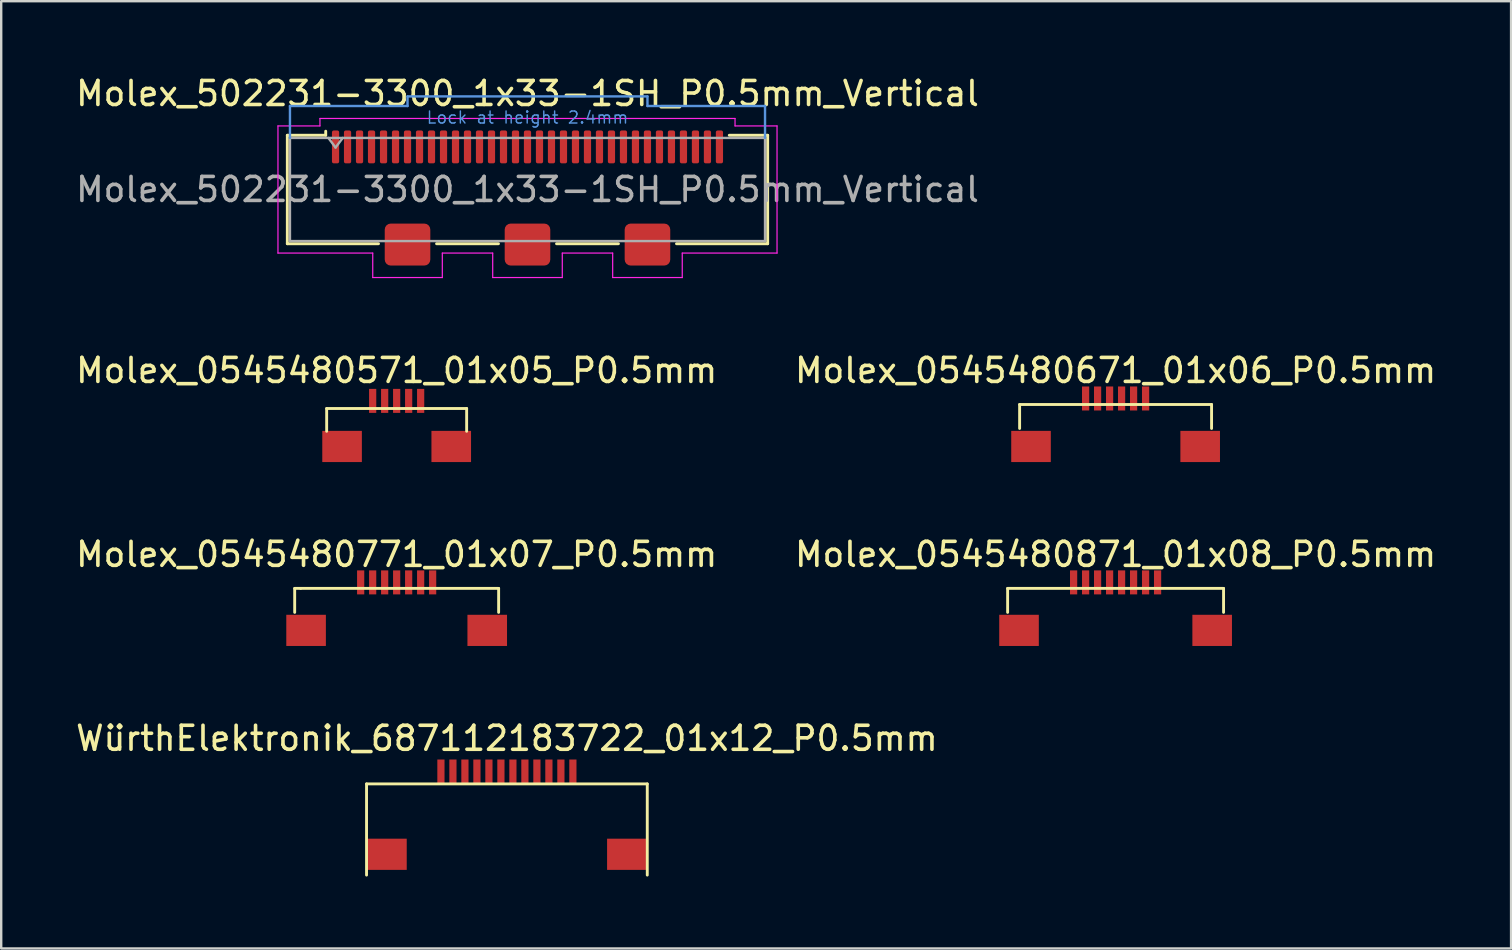
<source format=kicad_pcb>
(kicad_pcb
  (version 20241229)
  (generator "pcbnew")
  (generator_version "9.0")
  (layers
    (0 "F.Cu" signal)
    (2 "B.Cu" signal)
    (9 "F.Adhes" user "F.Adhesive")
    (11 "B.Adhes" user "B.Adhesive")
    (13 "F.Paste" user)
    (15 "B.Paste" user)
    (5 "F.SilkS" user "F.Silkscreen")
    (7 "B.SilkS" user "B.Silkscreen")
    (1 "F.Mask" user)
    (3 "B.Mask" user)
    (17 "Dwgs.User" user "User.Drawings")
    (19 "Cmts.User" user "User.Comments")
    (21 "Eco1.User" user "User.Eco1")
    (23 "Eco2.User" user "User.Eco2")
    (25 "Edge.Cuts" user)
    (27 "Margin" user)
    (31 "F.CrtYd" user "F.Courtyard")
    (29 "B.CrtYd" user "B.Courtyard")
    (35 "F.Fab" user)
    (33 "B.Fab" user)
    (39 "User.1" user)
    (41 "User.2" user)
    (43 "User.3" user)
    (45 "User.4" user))
  (footprint "Molex_0545480571_01x05_P0.5mm"
    (layer "F.Cu")
    (at 13.482 15.558)
    (property "Reference" "Molex_0545480571_01x05_P0.5mm" (at 0 -3.167 0) (layer "F.SilkS") (effects (font (size 1 1) (thickness 0.15))))
    (attr through_hole)
    (fp_line (start -2.917 -1.583) (end -2.917 -0.633) (stroke (width 0.12) (type solid)) (layer "F.SilkS"))
    (fp_line (start 2.917 -1.583) (end -2.917 -1.583) (stroke (width 0.12) (type solid)) (layer "F.SilkS"))
    (fp_line (start 2.917 -0.633) (end 2.917 -1.583) (stroke (width 0.12) (type solid)) (layer "F.SilkS"))
    (pad "1" smd rect (at -1 -1.9) (size 0.3 1) (layers "F.Cu" "F.Mask" "F.Paste"))
    (pad "2" smd rect (at -0.5 -1.9) (size 0.3 1) (layers "F.Cu" "F.Mask" "F.Paste"))
    (pad "3" smd rect (at 0 -1.9) (size 0.3 1) (layers "F.Cu" "F.Mask" "F.Paste"))
    (pad "4" smd rect (at 0.5 -1.9) (size 0.3 1) (layers "F.Cu" "F.Mask" "F.Paste"))
    (pad "5" smd rect (at 1 -1.9) (size 0.3 1) (layers "F.Cu" "F.Mask" "F.Paste"))
    (pad "MP" smd rect (at -2.275 0) (size 1.65 1.3) (layers "F.Cu" "F.Mask" "F.Paste"))
    (pad "MP" smd rect (at 2.275 0) (size 1.65 1.3) (layers "F.Cu" "F.Mask" "F.Paste")))
  (footprint "Molex_0545480871_01x08_P0.5mm"
    (layer "F.Cu")
    (at 43.446 23.223)
    (property "Reference" "Molex_0545480871_01x08_P0.5mm" (at 0 -3.167 0) (layer "F.SilkS") (effects (font (size 1 1) (thickness 0.15))))
    (attr smd)
    (fp_line (start -4.5 -1.75) (end -4.5 -0.75) (stroke (width 0.12) (type solid)) (layer "F.SilkS"))
    (fp_line (start 4.5 -1.75) (end -4.5 -1.75) (stroke (width 0.12) (type solid)) (layer "F.SilkS"))
    (fp_line (start 4.5 -0.75) (end 4.5 -1.75) (stroke (width 0.12) (type solid)) (layer "F.SilkS"))
    (pad "1" smd rect (at -1.75 -2 90) (size 1 0.3) (layers "F.Cu" "F.Mask" "F.Paste"))
    (pad "2" smd rect (at -1.25 -2 90) (size 1 0.3) (layers "F.Cu" "F.Mask" "F.Paste"))
    (pad "3" smd rect (at -0.75 -2 90) (size 1 0.3) (layers "F.Cu" "F.Mask" "F.Paste"))
    (pad "4" smd rect (at -0.25 -2 90) (size 1 0.3) (layers "F.Cu" "F.Mask" "F.Paste"))
    (pad "5" smd rect (at 0.25 -2 90) (size 1 0.3) (layers "F.Cu" "F.Mask" "F.Paste"))
    (pad "6" smd rect (at 0.75 -2 90) (size 1 0.3) (layers "F.Cu" "F.Mask" "F.Paste"))
    (pad "7" smd rect (at 1.25 -2) (size 0.3 1) (layers "F.Cu" "F.Mask" "F.Paste"))
    (pad "8" smd rect (at 1.75 -2) (size 0.3 1) (layers "F.Cu" "F.Mask" "F.Paste"))
    (pad "MP" smd rect (at -4.025 0) (size 1.65 1.3) (layers "F.Cu" "F.Mask" "F.Paste"))
    (pad "MP" smd rect (at 4.025 0) (size 1.65 1.3) (layers "F.Cu" "F.Mask" "F.Paste")))
  (footprint "Molex_0545480771_01x07_P0.5mm"
    (layer "F.Cu")
    (at 13.482 23.223)
    (property "Reference" "Molex_0545480771_01x07_P0.5mm" (at 0 -3.167 0) (layer "F.SilkS") (effects (font (size 1 1) (thickness 0.15))))
    (attr smd)
    (fp_line (start -4.25 -1.75) (end -4.25 -0.75) (stroke (width 0.12) (type solid)) (layer "F.SilkS"))
    (fp_line (start -4 -1.75) (end -4.25 -1.75) (stroke (width 0.12) (type solid)) (layer "F.SilkS"))
    (fp_line (start 4.25 -1.75) (end -4 -1.75) (stroke (width 0.12) (type solid)) (layer "F.SilkS"))
    (fp_line (start 4.25 -0.75) (end 4.25 -1.75) (stroke (width 0.12) (type solid)) (layer "F.SilkS"))
    (pad "1" smd rect (at -1.5 -2 90) (size 1 0.3) (layers "F.Cu" "F.Mask" "F.Paste"))
    (pad "2" smd rect (at -1 -2 90) (size 1 0.3) (layers "F.Cu" "F.Mask" "F.Paste"))
    (pad "3" smd rect (at -0.5 -2 90) (size 1 0.3) (layers "F.Cu" "F.Mask" "F.Paste"))
    (pad "4" smd rect (at 0 -2 90) (size 1 0.3) (layers "F.Cu" "F.Mask" "F.Paste"))
    (pad "5" smd rect (at 0.5 -2 90) (size 1 0.3) (layers "F.Cu" "F.Mask" "F.Paste"))
    (pad "6" smd rect (at 1 -2 90) (size 1 0.3) (layers "F.Cu" "F.Mask" "F.Paste"))
    (pad "7" smd rect (at 1.5 -2) (size 0.3 1) (layers "F.Cu" "F.Mask" "F.Paste"))
    (pad "MP" smd rect (at -3.775 0) (size 1.65 1.3) (layers "F.Cu" "F.Mask" "F.Paste"))
    (pad "MP" smd rect (at 3.775 0) (size 1.65 1.3) (layers "F.Cu" "F.Mask" "F.Paste")))
  (footprint "Molex_0545480671_01x06_P0.5mm"
    (layer "F.Cu")
    (at 43.446 15.558)
    (property "Reference" "Molex_0545480671_01x06_P0.5mm" (at 0 -3.167 0) (layer "F.SilkS") (effects (font (size 1 1) (thickness 0.15))))
    (attr smd)
    (fp_line (start -4 -1.75) (end -4 -0.75) (stroke (width 0.12) (type solid)) (layer "F.SilkS"))
    (fp_line (start 4 -1.75) (end -4 -1.75) (stroke (width 0.12) (type solid)) (layer "F.SilkS"))
    (fp_line (start 4 -0.75) (end 4 -1.75) (stroke (width 0.12) (type solid)) (layer "F.SilkS"))
    (pad "1" smd rect (at -1.25 -2 90) (size 1 0.3) (layers "F.Cu" "F.Mask" "F.Paste"))
    (pad "2" smd rect (at -0.75 -2 90) (size 1 0.3) (layers "F.Cu" "F.Mask" "F.Paste"))
    (pad "3" smd rect (at -0.25 -2 90) (size 1 0.3) (layers "F.Cu" "F.Mask" "F.Paste"))
    (pad "4" smd rect (at 0.25 -2 90) (size 1 0.3) (layers "F.Cu" "F.Mask" "F.Paste"))
    (pad "5" smd rect (at 0.75 -2 90) (size 1 0.3) (layers "F.Cu" "F.Mask" "F.Paste"))
    (pad "6" smd rect (at 1.25 -2 90) (size 1 0.3) (layers "F.Cu" "F.Mask" "F.Paste"))
    (pad "MP" smd rect (at -3.525 0) (size 1.65 1.3) (layers "F.Cu" "F.Mask" "F.Paste"))
    (pad "MP" smd rect (at 3.525 0) (size 1.65 1.3) (layers "F.Cu" "F.Mask" "F.Paste")))
  (footprint "Molex_502231-3300_1x33-1SH_P0.5mm_Vertical"
    (layer "F.Cu")
    (at 18.935 4.118)
    (property "Reference" "Molex_502231-3300_1x33-1SH_P0.5mm_Vertical" (at 0 -3.27 0) (layer "F.SilkS") (effects (font (size 1 1) (thickness 0.15))))
    (attr smd)
    (fp_line (start -10.01 2.99) (end -10.01 -1.53) (stroke (width 0.12) (type solid)) (layer "F.SilkS"))
    (fp_line (start -8.41 -1.53) (end -10.01 -1.53) (stroke (width 0.12) (type solid)) (layer "F.SilkS"))
    (fp_line (start -8.41 -1.53) (end -8.41 -1.7) (stroke (width 0.12) (type solid)) (layer "F.SilkS"))
    (fp_line (start -6.21 2.99) (end -10.01 2.99) (stroke (width 0.12) (type solid)) (layer "F.SilkS"))
    (fp_line (start -3.79 2.99) (end -1.21 2.99) (stroke (width 0.12) (type solid)) (layer "F.SilkS"))
    (fp_line (start 1.21 2.99) (end 3.79 2.99) (stroke (width 0.12) (type solid)) (layer "F.SilkS"))
    (fp_line (start 6.21 2.99) (end 10.01 2.99) (stroke (width 0.12) (type solid)) (layer "F.SilkS"))
    (fp_line (start 8.41 -1.53) (end 10.01 -1.53) (stroke (width 0.12) (type solid)) (layer "F.SilkS"))
    (fp_line (start 10.01 2.99) (end 10.01 -1.53) (stroke (width 0.12) (type solid)) (layer "F.SilkS"))
    (fp_line (start -9.9 -2.75) (end -9.9 -1.42) (stroke (width 0.1) (type solid)) (layer "Cmts.User"))
    (fp_line (start -5 -3.15) (end -5 -2.75) (stroke (width 0.1) (type solid)) (layer "Cmts.User"))
    (fp_line (start -5 -3.15) (end 5 -3.15) (stroke (width 0.1) (type solid)) (layer "Cmts.User"))
    (fp_line (start -5 -2.75) (end -9.9 -2.75) (stroke (width 0.1) (type solid)) (layer "Cmts.User"))
    (fp_line (start 5 -3.15) (end 5 -2.75) (stroke (width 0.1) (type solid)) (layer "Cmts.User"))
    (fp_line (start 5 -2.75) (end 9.9 -2.75) (stroke (width 0.1) (type solid)) (layer "Cmts.User"))
    (fp_line (start 9.9 -2.75) (end 9.9 -1.42) (stroke (width 0.1) (type solid)) (layer "Cmts.User"))
    (fp_line (start -10.4 -1.92) (end -8.65 -1.92) (stroke (width 0.05) (type solid)) (layer "F.CrtYd"))
    (fp_line (start -10.4 3.38) (end -10.4 -1.92) (stroke (width 0.05) (type solid)) (layer "F.CrtYd"))
    (fp_line (start -8.65 -1.92) (end -8.65 -2.23) (stroke (width 0.05) (type solid)) (layer "F.CrtYd"))
    (fp_line (start -6.45 3.38) (end -10.4 3.38) (stroke (width 0.05) (type solid)) (layer "F.CrtYd"))
    (fp_line (start -6.45 3.38) (end -6.45 4.4) (stroke (width 0.05) (type solid)) (layer "F.CrtYd"))
    (fp_line (start -3.55 3.38) (end -3.55 4.4) (stroke (width 0.05) (type solid)) (layer "F.CrtYd"))
    (fp_line (start -3.55 4.4) (end -6.45 4.4) (stroke (width 0.05) (type solid)) (layer "F.CrtYd"))
    (fp_line (start -1.45 3.38) (end -3.55 3.38) (stroke (width 0.05) (type solid)) (layer "F.CrtYd"))
    (fp_line (start -1.45 3.38) (end -1.45 4.4) (stroke (width 0.05) (type solid)) (layer "F.CrtYd"))
    (fp_line (start -1.45 4.4) (end 1.45 4.4) (stroke (width 0.05) (type solid)) (layer "F.CrtYd"))
    (fp_line (start 1.45 3.38) (end 1.45 4.4) (stroke (width 0.05) (type solid)) (layer "F.CrtYd"))
    (fp_line (start 3.55 3.38) (end 1.45 3.38) (stroke (width 0.05) (type solid)) (layer "F.CrtYd"))
    (fp_line (start 3.55 3.38) (end 3.55 4.4) (stroke (width 0.05) (type solid)) (layer "F.CrtYd"))
    (fp_line (start 3.55 4.4) (end 6.45 4.4) (stroke (width 0.05) (type solid)) (layer "F.CrtYd"))
    (fp_line (start 6.45 3.38) (end 6.45 4.4) (stroke (width 0.05) (type solid)) (layer "F.CrtYd"))
    (fp_line (start 6.45 3.38) (end 10.4 3.38) (stroke (width 0.05) (type solid)) (layer "F.CrtYd"))
    (fp_line (start 8.65 -2.23) (end -8.65 -2.23) (stroke (width 0.05) (type solid)) (layer "F.CrtYd"))
    (fp_line (start 8.65 -1.92) (end 8.65 -2.23) (stroke (width 0.05) (type solid)) (layer "F.CrtYd"))
    (fp_line (start 10.4 -1.92) (end 8.65 -1.92) (stroke (width 0.05) (type solid)) (layer "F.CrtYd"))
    (fp_line (start 10.4 3.38) (end 10.4 -1.92) (stroke (width 0.05) (type solid)) (layer "F.CrtYd"))
    (fp_line (start -9.9 -1.42) (end -9.9 2.88) (stroke (width 0.1) (type solid)) (layer "F.Fab"))
    (fp_line (start -9.9 -1.42) (end 9.9 -1.42) (stroke (width 0.1) (type solid)) (layer "F.Fab"))
    (fp_line (start -9.9 2.88) (end 9.9 2.88) (stroke (width 0.1) (type solid)) (layer "F.Fab"))
    (fp_line (start -8.3 -1.42) (end -8 -1.02) (stroke (width 0.1) (type solid)) (layer "F.Fab"))
    (fp_line (start -8 -1.02) (end -7.7 -1.42) (stroke (width 0.1) (type solid)) (layer "F.Fab"))
    (fp_line (start 9.9 -1.42) (end 9.9 2.88) (stroke (width 0.1) (type solid)) (layer "F.Fab"))
    (fp_text user "Lock at height 2.4mm" (at 0 -2.27 0) (layer "Cmts.User") (effects (font (size 0.5 0.5) (thickness 0.06))))
    (fp_text user "${REFERENCE}" (at 0 0.73 0) (layer "F.Fab") (effects (font (size 1 1) (thickness 0.15))))
    (pad "1" smd roundrect (at -8 -1.045) (size 0.3 1.37) (layers "F.Cu" "F.Mask" "F.Paste") (roundrect_rratio 0.25))
    (pad "2" smd roundrect (at -7.5 -1.045) (size 0.3 1.37) (layers "F.Cu" "F.Mask" "F.Paste") (roundrect_rratio 0.25))
    (pad "3" smd roundrect (at -7 -1.045) (size 0.3 1.37) (layers "F.Cu" "F.Mask" "F.Paste") (roundrect_rratio 0.25))
    (pad "4" smd roundrect (at -6.5 -1.045) (size 0.3 1.37) (layers "F.Cu" "F.Mask" "F.Paste") (roundrect_rratio 0.25))
    (pad "5" smd roundrect (at -6 -1.045) (size 0.3 1.37) (layers "F.Cu" "F.Mask" "F.Paste") (roundrect_rratio 0.25))
    (pad "6" smd roundrect (at -5.5 -1.045) (size 0.3 1.37) (layers "F.Cu" "F.Mask" "F.Paste") (roundrect_rratio 0.25))
    (pad "7" smd roundrect (at -5 -1.045) (size 0.3 1.37) (layers "F.Cu" "F.Mask" "F.Paste") (roundrect_rratio 0.25))
    (pad "8" smd roundrect (at -4.5 -1.045) (size 0.3 1.37) (layers "F.Cu" "F.Mask" "F.Paste") (roundrect_rratio 0.25))
    (pad "9" smd roundrect (at -4 -1.045) (size 0.3 1.37) (layers "F.Cu" "F.Mask" "F.Paste") (roundrect_rratio 0.25))
    (pad "10" smd roundrect (at -3.5 -1.045) (size 0.3 1.37) (layers "F.Cu" "F.Mask" "F.Paste") (roundrect_rratio 0.25))
    (pad "11" smd roundrect (at -3 -1.045) (size 0.3 1.37) (layers "F.Cu" "F.Mask" "F.Paste") (roundrect_rratio 0.25))
    (pad "12" smd roundrect (at -2.5 -1.045) (size 0.3 1.37) (layers "F.Cu" "F.Mask" "F.Paste") (roundrect_rratio 0.25))
    (pad "13" smd roundrect (at -2 -1.045) (size 0.3 1.37) (layers "F.Cu" "F.Mask" "F.Paste") (roundrect_rratio 0.25))
    (pad "14" smd roundrect (at -1.5 -1.045) (size 0.3 1.37) (layers "F.Cu" "F.Mask" "F.Paste") (roundrect_rratio 0.25))
    (pad "15" smd roundrect (at -1 -1.045) (size 0.3 1.37) (layers "F.Cu" "F.Mask" "F.Paste") (roundrect_rratio 0.25))
    (pad "16" smd roundrect (at -0.5 -1.045) (size 0.3 1.37) (layers "F.Cu" "F.Mask" "F.Paste") (roundrect_rratio 0.25))
    (pad "17" smd roundrect (at 0 -1.045) (size 0.3 1.37) (layers "F.Cu" "F.Mask" "F.Paste") (roundrect_rratio 0.25))
    (pad "18" smd roundrect (at 0.5 -1.045) (size 0.3 1.37) (layers "F.Cu" "F.Mask" "F.Paste") (roundrect_rratio 0.25))
    (pad "19" smd roundrect (at 1 -1.045) (size 0.3 1.37) (layers "F.Cu" "F.Mask" "F.Paste") (roundrect_rratio 0.25))
    (pad "20" smd roundrect (at 1.5 -1.045) (size 0.3 1.37) (layers "F.Cu" "F.Mask" "F.Paste") (roundrect_rratio 0.25))
    (pad "21" smd roundrect (at 2 -1.045) (size 0.3 1.37) (layers "F.Cu" "F.Mask" "F.Paste") (roundrect_rratio 0.25))
    (pad "22" smd roundrect (at 2.5 -1.045) (size 0.3 1.37) (layers "F.Cu" "F.Mask" "F.Paste") (roundrect_rratio 0.25))
    (pad "23" smd roundrect (at 3 -1.045) (size 0.3 1.37) (layers "F.Cu" "F.Mask" "F.Paste") (roundrect_rratio 0.25))
    (pad "24" smd roundrect (at 3.5 -1.045) (size 0.3 1.37) (layers "F.Cu" "F.Mask" "F.Paste") (roundrect_rratio 0.25))
    (pad "25" smd roundrect (at 4 -1.045) (size 0.3 1.37) (layers "F.Cu" "F.Mask" "F.Paste") (roundrect_rratio 0.25))
    (pad "26" smd roundrect (at 4.5 -1.045) (size 0.3 1.37) (layers "F.Cu" "F.Mask" "F.Paste") (roundrect_rratio 0.25))
    (pad "27" smd roundrect (at 5 -1.045) (size 0.3 1.37) (layers "F.Cu" "F.Mask" "F.Paste") (roundrect_rratio 0.25))
    (pad "28" smd roundrect (at 5.5 -1.045) (size 0.3 1.37) (layers "F.Cu" "F.Mask" "F.Paste") (roundrect_rratio 0.25))
    (pad "29" smd roundrect (at 6 -1.045) (size 0.3 1.37) (layers "F.Cu" "F.Mask" "F.Paste") (roundrect_rratio 0.25))
    (pad "30" smd roundrect (at 6.5 -1.045) (size 0.3 1.37) (layers "F.Cu" "F.Mask" "F.Paste") (roundrect_rratio 0.25))
    (pad "31" smd roundrect (at 7 -1.045) (size 0.3 1.37) (layers "F.Cu" "F.Mask" "F.Paste") (roundrect_rratio 0.25))
    (pad "32" smd roundrect (at 7.5 -1.045) (size 0.3 1.37) (layers "F.Cu" "F.Mask" "F.Paste") (roundrect_rratio 0.25))
    (pad "33" smd roundrect (at 8 -1.045) (size 0.3 1.37) (layers "F.Cu" "F.Mask" "F.Paste") (roundrect_rratio 0.25))
    (pad "SH" smd roundrect (at -5 3.025) (size 1.9 1.75) (layers "F.Cu" "F.Mask" "F.Paste") (roundrect_rratio 0.143))
    (pad "SH" smd roundrect (at 0 3.025) (size 1.9 1.75) (layers "F.Cu" "F.Mask" "F.Paste") (roundrect_rratio 0.143))
    (pad "SH" smd roundrect (at 5 3.025) (size 1.9 1.75) (layers "F.Cu" "F.Mask" "F.Paste") (roundrect_rratio 0.143)))
  (footprint "WürthElektronik_687112183722_01x12_P0.5mm"
    (layer "F.Cu")
    (at 18.077 32.555)
    (property "Reference" "WürthElektronik_687112183722_01x12_P0.5mm" (at 0 -4.833 0) (layer "F.SilkS") (effects (font (size 1 1) (thickness 0.15))))
    (attr through_hole)
    (fp_line (start -5.85 -2.933) (end -5.85 0.867) (stroke (width 0.12) (type solid)) (layer "F.SilkS"))
    (fp_line (start 5.85 -2.933) (end -5.85 -2.933) (stroke (width 0.12) (type solid)) (layer "F.SilkS"))
    (fp_line (start 5.85 0.867) (end 5.85 -2.933) (stroke (width 0.12) (type solid)) (layer "F.SilkS"))
    (pad "1" smd rect (at -2.75 -3.45) (size 0.3 1) (layers "F.Cu" "F.Mask" "F.Paste"))
    (pad "2" smd rect (at -2.25 -3.45) (size 0.3 1) (layers "F.Cu" "F.Mask" "F.Paste"))
    (pad "3" smd rect (at -1.75 -3.45) (size 0.3 1) (layers "F.Cu" "F.Mask" "F.Paste"))
    (pad "4" smd rect (at -1.25 -3.45) (size 0.3 1) (layers "F.Cu" "F.Mask" "F.Paste"))
    (pad "5" smd rect (at -0.75 -3.45) (size 0.3 1) (layers "F.Cu" "F.Mask" "F.Paste"))
    (pad "6" smd rect (at -0.25 -3.45) (size 0.3 1) (layers "F.Cu" "F.Mask" "F.Paste"))
    (pad "7" smd rect (at 0.25 -3.45) (size 0.3 1) (layers "F.Cu" "F.Mask" "F.Paste"))
    (pad "8" smd rect (at 0.75 -3.45) (size 0.3 1) (layers "F.Cu" "F.Mask" "F.Paste"))
    (pad "9" smd rect (at 1.25 -3.45) (size 0.3 1) (layers "F.Cu" "F.Mask" "F.Paste"))
    (pad "10" smd rect (at 1.75 -3.45) (size 0.3 1) (layers "F.Cu" "F.Mask" "F.Paste"))
    (pad "11" smd rect (at 2.25 -3.45) (size 0.3 1) (layers "F.Cu" "F.Mask" "F.Paste"))
    (pad "12" smd rect (at 2.75 -3.45) (size 0.3 1) (layers "F.Cu" "F.Mask" "F.Paste"))
    (pad "MP" smd rect (at -5 0) (size 1.65 1.3) (layers "F.Cu" "F.Mask" "F.Paste"))
    (pad "MP" smd rect (at 5 0) (size 1.65 1.3) (layers "F.Cu" "F.Mask" "F.Paste")))
  (gr_rect
    (start -3 -3)
    (end 59.929 36.481)
    (stroke (width 0.1) (type default))
    (fill no)
    (layer "Edge.Cuts")))
</source>
